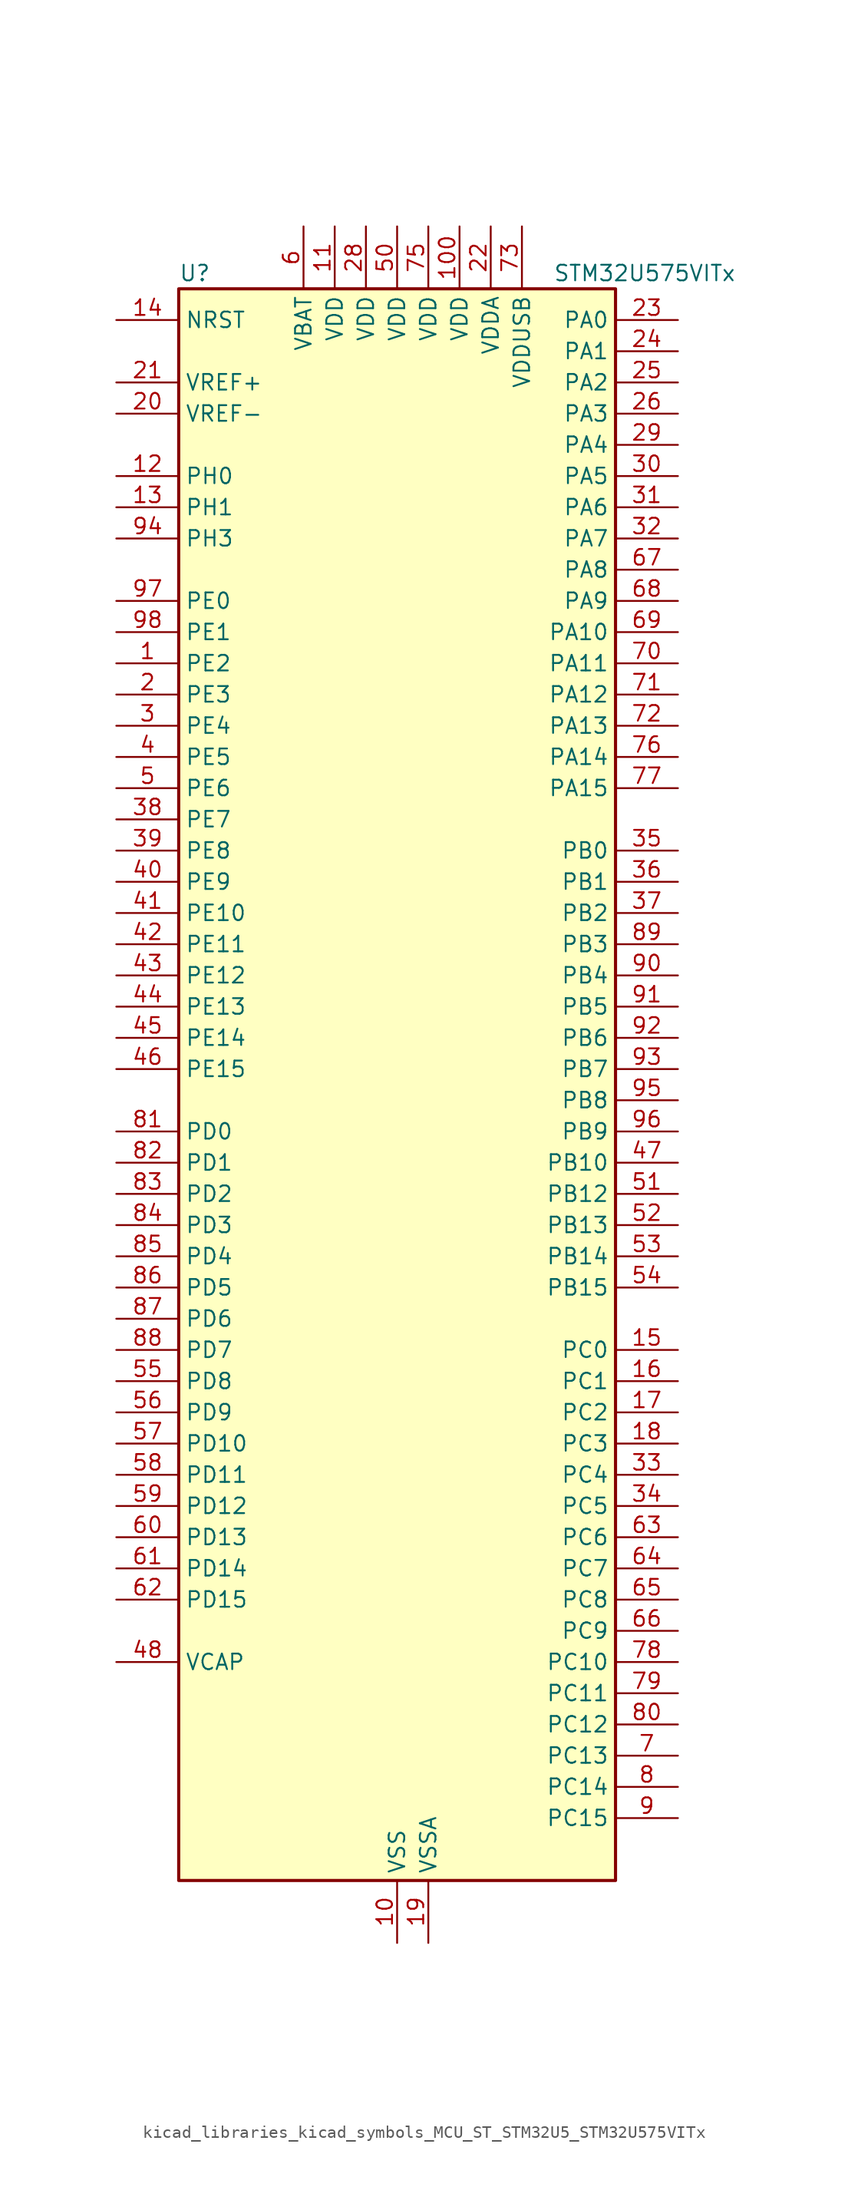
<source format=kicad_sym>
(kicad_symbol_lib
  (version 20220914)
  (generator kicad_symbol_editor)
  (symbol "kicad_libraries_kicad_symbols_MCU_ST_STM32U5_STM32U575VITx"
    (property "Reference" "U"
      (at -17.78 67.31 0)
      (effects (font (size 1.27 1.27)) (justify left)))
    (property "Value" "STM32U575VITx"
      (at 12.7 67.31 0)
      (effects (font (size 1.27 1.27)) (justify left)))
    (property "ki_locked" ""
      (at 0 0 0)
      (effects (font (size 1.27 1.27))))
    (symbol "kicad_libraries_kicad_symbols_MCU_ST_STM32U5_STM32U575VITx_0_1"
      (rectangle (start -17.78 -63.5) (end 17.78 66.04) (stroke (width 0.254) (type default)) (fill (type background))))
    (symbol "kicad_libraries_kicad_symbols_MCU_ST_STM32U5_STM32U575VITx_1_1"
      (pin bidirectional line (at -22.86 35.56 0) (length 5.08) (name "PE2" (effects (font (size 1.27 1.27)))) (number "1" (effects (font (size 1.27 1.27)))) (alternate "DEBUG_TRACECLK" bidirectional line) (alternate "FMC_A23" bidirectional line) (alternate "SAI1_CK1" bidirectional line) (alternate "SAI1_MCLK_A" bidirectional line) (alternate "TIM3_ETR" bidirectional line) (alternate "TSC_G7_IO1" bidirectional line))
      (pin power_in line (at 0 -68.58 90) (length 5.08) (name "VSS" (effects (font (size 1.27 1.27)))) (number "10" (effects (font (size 1.27 1.27)))))
      (pin power_in line (at 5.08 71.12 270) (length 5.08) (name "VDD" (effects (font (size 1.27 1.27)))) (number "100" (effects (font (size 1.27 1.27)))))
      (pin power_in line (at -5.08 71.12 270) (length 5.08) (name "VDD" (effects (font (size 1.27 1.27)))) (number "11" (effects (font (size 1.27 1.27)))))
      (pin bidirectional line (at -22.86 50.8 0) (length 5.08) (name "PH0" (effects (font (size 1.27 1.27)))) (number "12" (effects (font (size 1.27 1.27)))) (alternate "RCC_OSC_IN" bidirectional line))
      (pin bidirectional line (at -22.86 48.26 0) (length 5.08) (name "PH1" (effects (font (size 1.27 1.27)))) (number "13" (effects (font (size 1.27 1.27)))) (alternate "RCC_OSC_OUT" bidirectional line))
      (pin input line (at -22.86 63.5 0) (length 5.08) (name "NRST" (effects (font (size 1.27 1.27)))) (number "14" (effects (font (size 1.27 1.27)))))
      (pin bidirectional line (at 22.86 -20.32 180) (length 5.08) (name "PC0" (effects (font (size 1.27 1.27)))) (number "15" (effects (font (size 1.27 1.27)))) (alternate "ADC1_IN1" bidirectional line) (alternate "ADC4_IN1" bidirectional line) (alternate "I2C3_SCL" bidirectional line) (alternate "LPTIM1_IN1" bidirectional line) (alternate "LPTIM2_IN1" bidirectional line) (alternate "LPUART1_RX" bidirectional line) (alternate "MDF1_SDI4" bidirectional line) (alternate "OCTOSPIM_P1_IO7" bidirectional line) (alternate "SAI2_FS_A" bidirectional line) (alternate "SDMMC1_D5" bidirectional line) (alternate "SPI2_RDY" bidirectional line))
      (pin bidirectional line (at 22.86 -22.86 180) (length 5.08) (name "PC1" (effects (font (size 1.27 1.27)))) (number "16" (effects (font (size 1.27 1.27)))) (alternate "ADC1_IN2" bidirectional line) (alternate "ADC4_IN2" bidirectional line) (alternate "DEBUG_TRACED0" bidirectional line) (alternate "I2C3_SDA" bidirectional line) (alternate "LPTIM1_CH1" bidirectional line) (alternate "LPUART1_TX" bidirectional line) (alternate "MDF1_CKI4" bidirectional line) (alternate "OCTOSPIM_P1_IO4" bidirectional line) (alternate "SAI1_SD_A" bidirectional line) (alternate "SDMMC2_CK" bidirectional line) (alternate "SPI2_MOSI" bidirectional line))
      (pin bidirectional line (at 22.86 -25.4 180) (length 5.08) (name "PC2" (effects (font (size 1.27 1.27)))) (number "17" (effects (font (size 1.27 1.27)))) (alternate "ADC1_IN3" bidirectional line) (alternate "ADC4_IN3" bidirectional line) (alternate "LPTIM1_IN2" bidirectional line) (alternate "MDF1_CCK1" bidirectional line) (alternate "OCTOSPIM_P1_IO5" bidirectional line) (alternate "SPI2_MISO" bidirectional line))
      (pin bidirectional line (at 22.86 -27.94 180) (length 5.08) (name "PC3" (effects (font (size 1.27 1.27)))) (number "18" (effects (font (size 1.27 1.27)))) (alternate "ADC1_IN4" bidirectional line) (alternate "ADC4_IN4" bidirectional line) (alternate "LPTIM1_ETR" bidirectional line) (alternate "LPTIM2_ETR" bidirectional line) (alternate "LPTIM3_CH1" bidirectional line) (alternate "OCTOSPIM_P1_IO6" bidirectional line) (alternate "SAI1_D1" bidirectional line) (alternate "SAI1_SD_A" bidirectional line) (alternate "SPI2_MOSI" bidirectional line))
      (pin power_in line (at 2.54 -68.58 90) (length 5.08) (name "VSSA" (effects (font (size 1.27 1.27)))) (number "19" (effects (font (size 1.27 1.27)))))
      (pin bidirectional line (at -22.86 33.02 0) (length 5.08) (name "PE3" (effects (font (size 1.27 1.27)))) (number "2" (effects (font (size 1.27 1.27)))) (alternate "DEBUG_TRACED0" bidirectional line) (alternate "FMC_A19" bidirectional line) (alternate "OCTOSPIM_P1_DQS" bidirectional line) (alternate "SAI1_SD_B" bidirectional line) (alternate "TAMP_IN6" bidirectional line) (alternate "TAMP_OUT3" bidirectional line) (alternate "TIM3_CH1" bidirectional line) (alternate "TSC_G7_IO2" bidirectional line))
      (pin input line (at -22.86 55.88 0) (length 5.08) (name "VREF-" (effects (font (size 1.27 1.27)))) (number "20" (effects (font (size 1.27 1.27)))))
      (pin input line (at -22.86 58.42 0) (length 5.08) (name "VREF+" (effects (font (size 1.27 1.27)))) (number "21" (effects (font (size 1.27 1.27)))) (alternate "VREFBUF_OUT" bidirectional line))
      (pin power_in line (at 7.62 71.12 270) (length 5.08) (name "VDDA" (effects (font (size 1.27 1.27)))) (number "22" (effects (font (size 1.27 1.27)))))
      (pin bidirectional line (at 22.86 63.5 180) (length 5.08) (name "PA0" (effects (font (size 1.27 1.27)))) (number "23" (effects (font (size 1.27 1.27)))) (alternate "ADC1_IN5" bidirectional line) (alternate "AUDIOCLK" bidirectional line) (alternate "OCTOSPIM_P2_NCS" bidirectional line) (alternate "OPAMP1_VINP" bidirectional line) (alternate "PWR_WKUP1" bidirectional line) (alternate "SDMMC2_CMD" bidirectional line) (alternate "SPI3_RDY" bidirectional line) (alternate "TAMP_IN2" bidirectional line) (alternate "TAMP_OUT1" bidirectional line) (alternate "TIM2_CH1" bidirectional line) (alternate "TIM2_ETR" bidirectional line) (alternate "TIM5_CH1" bidirectional line) (alternate "TIM8_ETR" bidirectional line) (alternate "UART4_TX" bidirectional line) (alternate "USART2_CTS" bidirectional line))
      (pin bidirectional line (at 22.86 60.96 180) (length 5.08) (name "PA1" (effects (font (size 1.27 1.27)))) (number "24" (effects (font (size 1.27 1.27)))) (alternate "ADC1_IN6" bidirectional line) (alternate "I2C1_SMBA" bidirectional line) (alternate "LPTIM1_CH2" bidirectional line) (alternate "OCTOSPIM_P1_DQS" bidirectional line) (alternate "OPAMP1_VINM" bidirectional line) (alternate "PWR_WKUP3" bidirectional line) (alternate "SPI1_SCK" bidirectional line) (alternate "TAMP_IN5" bidirectional line) (alternate "TAMP_OUT4" bidirectional line) (alternate "TIM15_CH1N" bidirectional line) (alternate "TIM2_CH2" bidirectional line) (alternate "TIM5_CH2" bidirectional line) (alternate "UART4_RX" bidirectional line) (alternate "USART2_DE" bidirectional line) (alternate "USART2_RTS" bidirectional line))
      (pin bidirectional line (at 22.86 58.42 180) (length 5.08) (name "PA2" (effects (font (size 1.27 1.27)))) (number "25" (effects (font (size 1.27 1.27)))) (alternate "ADC1_IN7" bidirectional line) (alternate "COMP1_INP" bidirectional line) (alternate "LPUART1_TX" bidirectional line) (alternate "OCTOSPIM_P1_NCS" bidirectional line) (alternate "PWR_WKUP4" bidirectional line) (alternate "RCC_LSCO" bidirectional line) (alternate "SPI1_RDY" bidirectional line) (alternate "TIM15_CH1" bidirectional line) (alternate "TIM2_CH3" bidirectional line) (alternate "TIM5_CH3" bidirectional line) (alternate "UCPD1_FRSTX1" bidirectional line) (alternate "USART2_TX" bidirectional line))
      (pin bidirectional line (at 22.86 55.88 180) (length 5.08) (name "PA3" (effects (font (size 1.27 1.27)))) (number "26" (effects (font (size 1.27 1.27)))) (alternate "ADC1_IN8" bidirectional line) (alternate "LPUART1_RX" bidirectional line) (alternate "OCTOSPIM_P1_CLK" bidirectional line) (alternate "OPAMP1_VOUT" bidirectional line) (alternate "PWR_WKUP5" bidirectional line) (alternate "SAI1_CK1" bidirectional line) (alternate "SAI1_MCLK_A" bidirectional line) (alternate "TIM15_CH2" bidirectional line) (alternate "TIM2_CH4" bidirectional line) (alternate "TIM5_CH4" bidirectional line) (alternate "USART2_RX" bidirectional line))
      (pin passive line (at 0 -68.58 90) (length 5.08) hide (name "VSS" (effects (font (size 1.27 1.27)))) (number "27" (effects (font (size 1.27 1.27)))))
      (pin power_in line (at -2.54 71.12 270) (length 5.08) (name "VDD" (effects (font (size 1.27 1.27)))) (number "28" (effects (font (size 1.27 1.27)))))
      (pin bidirectional line (at 22.86 53.34 180) (length 5.08) (name "PA4" (effects (font (size 1.27 1.27)))) (number "29" (effects (font (size 1.27 1.27)))) (alternate "ADC1_IN9" bidirectional line) (alternate "ADC4_IN9" bidirectional line) (alternate "DAC1_OUT1" bidirectional line) (alternate "DCMI_HSYNC" bidirectional line) (alternate "LPTIM2_CH1" bidirectional line) (alternate "OCTOSPIM_P1_NCS" bidirectional line) (alternate "PSSI_DE" bidirectional line) (alternate "PWR_WKUP2" bidirectional line) (alternate "SAI1_FS_B" bidirectional line) (alternate "SPI1_NSS" bidirectional line) (alternate "SPI3_NSS" bidirectional line) (alternate "USART2_CK" bidirectional line))
      (pin bidirectional line (at -22.86 30.48 0) (length 5.08) (name "PE4" (effects (font (size 1.27 1.27)))) (number "3" (effects (font (size 1.27 1.27)))) (alternate "DCMI_D4" bidirectional line) (alternate "DEBUG_TRACED1" bidirectional line) (alternate "FMC_A20" bidirectional line) (alternate "MDF1_SDI3" bidirectional line) (alternate "PSSI_D4" bidirectional line) (alternate "PWR_WKUP1" bidirectional line) (alternate "SAI1_D2" bidirectional line) (alternate "SAI1_FS_A" bidirectional line) (alternate "TAMP_IN7" bidirectional line) (alternate "TAMP_OUT8" bidirectional line) (alternate "TIM3_CH2" bidirectional line) (alternate "TSC_G7_IO3" bidirectional line))
      (pin bidirectional line (at 22.86 50.8 180) (length 5.08) (name "PA5" (effects (font (size 1.27 1.27)))) (number "30" (effects (font (size 1.27 1.27)))) (alternate "ADC1_IN10" bidirectional line) (alternate "ADC4_IN10" bidirectional line) (alternate "DAC1_OUT2" bidirectional line) (alternate "LPTIM2_ETR" bidirectional line) (alternate "PSSI_D14" bidirectional line) (alternate "PWR_CSLEEP" bidirectional line) (alternate "PWR_WKUP6" bidirectional line) (alternate "SPI1_SCK" bidirectional line) (alternate "TIM2_CH1" bidirectional line) (alternate "TIM2_ETR" bidirectional line) (alternate "TIM8_CH1N" bidirectional line) (alternate "USART3_RX" bidirectional line))
      (pin bidirectional line (at 22.86 48.26 180) (length 5.08) (name "PA6" (effects (font (size 1.27 1.27)))) (number "31" (effects (font (size 1.27 1.27)))) (alternate "ADC1_IN11" bidirectional line) (alternate "ADC4_IN11" bidirectional line) (alternate "DCMI_PIXCLK" bidirectional line) (alternate "LPUART1_CTS" bidirectional line) (alternate "OCTOSPIM_P1_IO3" bidirectional line) (alternate "OPAMP2_VINP" bidirectional line) (alternate "PSSI_PDCK" bidirectional line) (alternate "PWR_CDSTOP" bidirectional line) (alternate "PWR_WKUP7" bidirectional line) (alternate "SPI1_MISO" bidirectional line) (alternate "TIM16_CH1" bidirectional line) (alternate "TIM1_BKIN" bidirectional line) (alternate "TIM3_CH1" bidirectional line) (alternate "TIM8_BKIN" bidirectional line) (alternate "USART3_CTS" bidirectional line))
      (pin bidirectional line (at 22.86 45.72 180) (length 5.08) (name "PA7" (effects (font (size 1.27 1.27)))) (number "32" (effects (font (size 1.27 1.27)))) (alternate "ADC1_IN12" bidirectional line) (alternate "ADC4_IN20" bidirectional line) (alternate "I2C3_SCL" bidirectional line) (alternate "LPTIM2_CH2" bidirectional line) (alternate "OCTOSPIM_P1_IO2" bidirectional line) (alternate "OPAMP2_VINM" bidirectional line) (alternate "PWR_SRDSTOP" bidirectional line) (alternate "PWR_WKUP8" bidirectional line) (alternate "SPI1_MOSI" bidirectional line) (alternate "TIM17_CH1" bidirectional line) (alternate "TIM1_CH1N" bidirectional line) (alternate "TIM3_CH2" bidirectional line) (alternate "TIM8_CH1N" bidirectional line) (alternate "USART3_TX" bidirectional line))
      (pin bidirectional line (at 22.86 -30.48 180) (length 5.08) (name "PC4" (effects (font (size 1.27 1.27)))) (number "33" (effects (font (size 1.27 1.27)))) (alternate "ADC1_IN13" bidirectional line) (alternate "ADC4_IN22" bidirectional line) (alternate "COMP1_INM" bidirectional line) (alternate "OCTOSPIM_P1_IO7" bidirectional line) (alternate "USART3_TX" bidirectional line))
      (pin bidirectional line (at 22.86 -33.02 180) (length 5.08) (name "PC5" (effects (font (size 1.27 1.27)))) (number "34" (effects (font (size 1.27 1.27)))) (alternate "ADC1_IN14" bidirectional line) (alternate "ADC4_IN23" bidirectional line) (alternate "COMP1_INP" bidirectional line) (alternate "PSSI_D15" bidirectional line) (alternate "PWR_WKUP5" bidirectional line) (alternate "SAI1_D3" bidirectional line) (alternate "TAMP_IN4" bidirectional line) (alternate "TAMP_OUT5" bidirectional line) (alternate "TIM1_CH4N" bidirectional line) (alternate "USART3_RX" bidirectional line))
      (pin bidirectional line (at 22.86 20.32 180) (length 5.08) (name "PB0" (effects (font (size 1.27 1.27)))) (number "35" (effects (font (size 1.27 1.27)))) (alternate "ADC1_IN15" bidirectional line) (alternate "ADC4_IN18" bidirectional line) (alternate "AUDIOCLK" bidirectional line) (alternate "COMP1_OUT" bidirectional line) (alternate "LPTIM3_CH1" bidirectional line) (alternate "OCTOSPIM_P1_IO1" bidirectional line) (alternate "OPAMP2_VOUT" bidirectional line) (alternate "SPI1_NSS" bidirectional line) (alternate "TIM1_CH2N" bidirectional line) (alternate "TIM3_CH3" bidirectional line) (alternate "TIM8_CH2N" bidirectional line) (alternate "USART3_CK" bidirectional line))
      (pin bidirectional line (at 22.86 17.78 180) (length 5.08) (name "PB1" (effects (font (size 1.27 1.27)))) (number "36" (effects (font (size 1.27 1.27)))) (alternate "ADC1_IN16" bidirectional line) (alternate "ADC4_IN19" bidirectional line) (alternate "COMP1_INM" bidirectional line) (alternate "LPTIM2_IN1" bidirectional line) (alternate "LPTIM3_CH2" bidirectional line) (alternate "LPUART1_DE" bidirectional line) (alternate "LPUART1_RTS" bidirectional line) (alternate "MDF1_SDI0" bidirectional line) (alternate "OCTOSPIM_P1_IO0" bidirectional line) (alternate "PWR_WKUP4" bidirectional line) (alternate "TIM1_CH3N" bidirectional line) (alternate "TIM3_CH4" bidirectional line) (alternate "TIM8_CH3N" bidirectional line) (alternate "USART3_DE" bidirectional line) (alternate "USART3_RTS" bidirectional line))
      (pin bidirectional line (at 22.86 15.24 180) (length 5.08) (name "PB2" (effects (font (size 1.27 1.27)))) (number "37" (effects (font (size 1.27 1.27)))) (alternate "ADC1_IN17" bidirectional line) (alternate "COMP1_INP" bidirectional line) (alternate "I2C3_SMBA" bidirectional line) (alternate "LPTIM1_CH1" bidirectional line) (alternate "MDF1_CKI0" bidirectional line) (alternate "OCTOSPIM_P1_DQS" bidirectional line) (alternate "PWR_WKUP1" bidirectional line) (alternate "RTC_OUT2" bidirectional line) (alternate "SPI1_RDY" bidirectional line) (alternate "TIM8_CH4N" bidirectional line) (alternate "UCPD1_FRSTX1" bidirectional line))
      (pin bidirectional line (at -22.86 22.86 0) (length 5.08) (name "PE7" (effects (font (size 1.27 1.27)))) (number "38" (effects (font (size 1.27 1.27)))) (alternate "FMC_D4" bidirectional line) (alternate "FMC_DA4" bidirectional line) (alternate "MDF1_SDI2" bidirectional line) (alternate "PWR_WKUP6" bidirectional line) (alternate "SAI1_SD_B" bidirectional line) (alternate "TIM1_ETR" bidirectional line))
      (pin bidirectional line (at -22.86 20.32 0) (length 5.08) (name "PE8" (effects (font (size 1.27 1.27)))) (number "39" (effects (font (size 1.27 1.27)))) (alternate "FMC_D5" bidirectional line) (alternate "FMC_DA5" bidirectional line) (alternate "MDF1_CKI2" bidirectional line) (alternate "PWR_WKUP7" bidirectional line) (alternate "SAI1_SCK_B" bidirectional line) (alternate "TIM1_CH1N" bidirectional line))
      (pin bidirectional line (at -22.86 27.94 0) (length 5.08) (name "PE5" (effects (font (size 1.27 1.27)))) (number "4" (effects (font (size 1.27 1.27)))) (alternate "DCMI_D6" bidirectional line) (alternate "DEBUG_TRACED2" bidirectional line) (alternate "FMC_A21" bidirectional line) (alternate "MDF1_CKI3" bidirectional line) (alternate "PSSI_D6" bidirectional line) (alternate "PWR_WKUP2" bidirectional line) (alternate "SAI1_CK2" bidirectional line) (alternate "SAI1_SCK_A" bidirectional line) (alternate "TAMP_IN8" bidirectional line) (alternate "TAMP_OUT7" bidirectional line) (alternate "TIM3_CH3" bidirectional line) (alternate "TSC_G7_IO4" bidirectional line))
      (pin bidirectional line (at -22.86 17.78 0) (length 5.08) (name "PE9" (effects (font (size 1.27 1.27)))) (number "40" (effects (font (size 1.27 1.27)))) (alternate "ADF1_CCK0" bidirectional line) (alternate "DAC1_EXTI9" bidirectional line) (alternate "FMC_D6" bidirectional line) (alternate "FMC_DA6" bidirectional line) (alternate "MDF1_CCK0" bidirectional line) (alternate "OCTOSPIM_P1_NCLK" bidirectional line) (alternate "SAI1_FS_B" bidirectional line) (alternate "TIM1_CH1" bidirectional line))
      (pin bidirectional line (at -22.86 15.24 0) (length 5.08) (name "PE10" (effects (font (size 1.27 1.27)))) (number "41" (effects (font (size 1.27 1.27)))) (alternate "ADF1_SDI0" bidirectional line) (alternate "FMC_D7" bidirectional line) (alternate "FMC_DA7" bidirectional line) (alternate "MDF1_SDI4" bidirectional line) (alternate "OCTOSPIM_P1_CLK" bidirectional line) (alternate "SAI1_MCLK_B" bidirectional line) (alternate "TIM1_CH2N" bidirectional line) (alternate "TSC_G5_IO1" bidirectional line))
      (pin bidirectional line (at -22.86 12.7 0) (length 5.08) (name "PE11" (effects (font (size 1.27 1.27)))) (number "42" (effects (font (size 1.27 1.27)))) (alternate "ADC1_EXTI11" bidirectional line) (alternate "FMC_D8" bidirectional line) (alternate "FMC_DA8" bidirectional line) (alternate "MDF1_CKI4" bidirectional line) (alternate "OCTOSPIM_P1_NCS" bidirectional line) (alternate "SPI1_RDY" bidirectional line) (alternate "TIM1_CH2" bidirectional line) (alternate "TSC_G5_IO2" bidirectional line))
      (pin bidirectional line (at -22.86 10.16 0) (length 5.08) (name "PE12" (effects (font (size 1.27 1.27)))) (number "43" (effects (font (size 1.27 1.27)))) (alternate "FMC_D9" bidirectional line) (alternate "FMC_DA9" bidirectional line) (alternate "MDF1_SDI5" bidirectional line) (alternate "OCTOSPIM_P1_IO0" bidirectional line) (alternate "SPI1_NSS" bidirectional line) (alternate "TIM1_CH3N" bidirectional line) (alternate "TSC_G5_IO3" bidirectional line))
      (pin bidirectional line (at -22.86 7.62 0) (length 5.08) (name "PE13" (effects (font (size 1.27 1.27)))) (number "44" (effects (font (size 1.27 1.27)))) (alternate "FMC_D10" bidirectional line) (alternate "FMC_DA10" bidirectional line) (alternate "MDF1_CKI5" bidirectional line) (alternate "OCTOSPIM_P1_IO1" bidirectional line) (alternate "SPI1_SCK" bidirectional line) (alternate "TIM1_CH3" bidirectional line) (alternate "TSC_G5_IO4" bidirectional line))
      (pin bidirectional line (at -22.86 5.08 0) (length 5.08) (name "PE14" (effects (font (size 1.27 1.27)))) (number "45" (effects (font (size 1.27 1.27)))) (alternate "FMC_D11" bidirectional line) (alternate "FMC_DA11" bidirectional line) (alternate "OCTOSPIM_P1_IO2" bidirectional line) (alternate "SPI1_MISO" bidirectional line) (alternate "TIM1_BKIN2" bidirectional line) (alternate "TIM1_CH4" bidirectional line))
      (pin bidirectional line (at -22.86 2.54 0) (length 5.08) (name "PE15" (effects (font (size 1.27 1.27)))) (number "46" (effects (font (size 1.27 1.27)))) (alternate "ADC1_EXTI15" bidirectional line) (alternate "ADC4_EXTI15" bidirectional line) (alternate "FMC_D12" bidirectional line) (alternate "FMC_DA12" bidirectional line) (alternate "OCTOSPIM_P1_IO3" bidirectional line) (alternate "SPI1_MOSI" bidirectional line) (alternate "TIM1_BKIN" bidirectional line) (alternate "TIM1_CH4N" bidirectional line))
      (pin bidirectional line (at 22.86 -5.08 180) (length 5.08) (name "PB10" (effects (font (size 1.27 1.27)))) (number "47" (effects (font (size 1.27 1.27)))) (alternate "COMP1_OUT" bidirectional line) (alternate "I2C2_SCL" bidirectional line) (alternate "I2C4_SCL" bidirectional line) (alternate "LPTIM3_CH1" bidirectional line) (alternate "LPUART1_RX" bidirectional line) (alternate "OCTOSPIM_P1_CLK" bidirectional line) (alternate "PWR_WKUP8" bidirectional line) (alternate "SAI1_SCK_A" bidirectional line) (alternate "SPI2_SCK" bidirectional line) (alternate "TIM2_CH3" bidirectional line) (alternate "TSC_SYNC" bidirectional line) (alternate "USART3_TX" bidirectional line))
      (pin power_out line (at -22.86 -45.72 0) (length 5.08) (name "VCAP" (effects (font (size 1.27 1.27)))) (number "48" (effects (font (size 1.27 1.27)))))
      (pin passive line (at 0 -68.58 90) (length 5.08) hide (name "VSS" (effects (font (size 1.27 1.27)))) (number "49" (effects (font (size 1.27 1.27)))))
      (pin bidirectional line (at -22.86 25.4 0) (length 5.08) (name "PE6" (effects (font (size 1.27 1.27)))) (number "5" (effects (font (size 1.27 1.27)))) (alternate "DCMI_D7" bidirectional line) (alternate "DEBUG_TRACED3" bidirectional line) (alternate "FMC_A22" bidirectional line) (alternate "PSSI_D7" bidirectional line) (alternate "PWR_WKUP3" bidirectional line) (alternate "SAI1_D1" bidirectional line) (alternate "SAI1_SD_A" bidirectional line) (alternate "TAMP_IN3" bidirectional line) (alternate "TAMP_OUT6" bidirectional line) (alternate "TIM3_CH4" bidirectional line))
      (pin power_in line (at 0 71.12 270) (length 5.08) (name "VDD" (effects (font (size 1.27 1.27)))) (number "50" (effects (font (size 1.27 1.27)))))
      (pin bidirectional line (at 22.86 -7.62 180) (length 5.08) (name "PB12" (effects (font (size 1.27 1.27)))) (number "51" (effects (font (size 1.27 1.27)))) (alternate "I2C2_SMBA" bidirectional line) (alternate "LPUART1_DE" bidirectional line) (alternate "LPUART1_RTS" bidirectional line) (alternate "MDF1_SDI1" bidirectional line) (alternate "OCTOSPIM_P1_NCLK" bidirectional line) (alternate "SAI2_FS_A" bidirectional line) (alternate "SPI2_NSS" bidirectional line) (alternate "TIM15_BKIN" bidirectional line) (alternate "TIM1_BKIN" bidirectional line) (alternate "TSC_G1_IO1" bidirectional line) (alternate "USART3_CK" bidirectional line))
      (pin bidirectional line (at 22.86 -10.16 180) (length 5.08) (name "PB13" (effects (font (size 1.27 1.27)))) (number "52" (effects (font (size 1.27 1.27)))) (alternate "I2C2_SCL" bidirectional line) (alternate "LPTIM3_IN1" bidirectional line) (alternate "LPUART1_CTS" bidirectional line) (alternate "MDF1_CKI1" bidirectional line) (alternate "SAI2_SCK_A" bidirectional line) (alternate "SPI2_SCK" bidirectional line) (alternate "TIM15_CH1N" bidirectional line) (alternate "TIM1_CH1N" bidirectional line) (alternate "TSC_G1_IO2" bidirectional line) (alternate "USART3_CTS" bidirectional line))
      (pin bidirectional line (at 22.86 -12.7 180) (length 5.08) (name "PB14" (effects (font (size 1.27 1.27)))) (number "53" (effects (font (size 1.27 1.27)))) (alternate "I2C2_SDA" bidirectional line) (alternate "LPTIM3_ETR" bidirectional line) (alternate "MDF1_SDI2" bidirectional line) (alternate "SAI2_MCLK_A" bidirectional line) (alternate "SDMMC2_D0" bidirectional line) (alternate "SPI2_MISO" bidirectional line) (alternate "TIM15_CH1" bidirectional line) (alternate "TIM1_CH2N" bidirectional line) (alternate "TIM8_CH2N" bidirectional line) (alternate "TSC_G1_IO3" bidirectional line) (alternate "UCPD1_DBCC2" bidirectional line) (alternate "USART3_DE" bidirectional line) (alternate "USART3_RTS" bidirectional line))
      (pin bidirectional line (at 22.86 -15.24 180) (length 5.08) (name "PB15" (effects (font (size 1.27 1.27)))) (number "54" (effects (font (size 1.27 1.27)))) (alternate "ADC1_EXTI15" bidirectional line) (alternate "ADC4_EXTI15" bidirectional line) (alternate "FMC_NBL1" bidirectional line) (alternate "LPTIM2_IN2" bidirectional line) (alternate "MDF1_CKI2" bidirectional line) (alternate "PWR_WKUP7" bidirectional line) (alternate "RTC_REFIN" bidirectional line) (alternate "SAI2_SD_A" bidirectional line) (alternate "SDMMC2_D1" bidirectional line) (alternate "SPI2_MOSI" bidirectional line) (alternate "TIM15_CH2" bidirectional line) (alternate "TIM1_CH3N" bidirectional line) (alternate "TIM8_CH3N" bidirectional line) (alternate "UCPD1_CC2" bidirectional line))
      (pin bidirectional line (at -22.86 -22.86 0) (length 5.08) (name "PD8" (effects (font (size 1.27 1.27)))) (number "55" (effects (font (size 1.27 1.27)))) (alternate "DCMI_HSYNC" bidirectional line) (alternate "FMC_D13" bidirectional line) (alternate "FMC_DA13" bidirectional line) (alternate "PSSI_DE" bidirectional line) (alternate "USART3_TX" bidirectional line))
      (pin bidirectional line (at -22.86 -25.4 0) (length 5.08) (name "PD9" (effects (font (size 1.27 1.27)))) (number "56" (effects (font (size 1.27 1.27)))) (alternate "DAC1_EXTI9" bidirectional line) (alternate "DCMI_PIXCLK" bidirectional line) (alternate "FMC_D14" bidirectional line) (alternate "FMC_DA14" bidirectional line) (alternate "LPTIM2_IN2" bidirectional line) (alternate "LPTIM3_IN1" bidirectional line) (alternate "PSSI_PDCK" bidirectional line) (alternate "SAI2_MCLK_A" bidirectional line) (alternate "USART3_RX" bidirectional line))
      (pin bidirectional line (at -22.86 -27.94 0) (length 5.08) (name "PD10" (effects (font (size 1.27 1.27)))) (number "57" (effects (font (size 1.27 1.27)))) (alternate "FMC_D15" bidirectional line) (alternate "FMC_DA15" bidirectional line) (alternate "LPTIM2_CH2" bidirectional line) (alternate "LPTIM3_ETR" bidirectional line) (alternate "SAI2_SCK_A" bidirectional line) (alternate "TSC_G6_IO1" bidirectional line) (alternate "USART3_CK" bidirectional line))
      (pin bidirectional line (at -22.86 -30.48 0) (length 5.08) (name "PD11" (effects (font (size 1.27 1.27)))) (number "58" (effects (font (size 1.27 1.27)))) (alternate "ADC1_EXTI11" bidirectional line) (alternate "ADC4_IN15" bidirectional line) (alternate "FMC_A16" bidirectional line) (alternate "FMC_CLE" bidirectional line) (alternate "I2C4_SMBA" bidirectional line) (alternate "LPTIM2_ETR" bidirectional line) (alternate "SAI2_SD_A" bidirectional line) (alternate "TSC_G6_IO2" bidirectional line) (alternate "USART3_CTS" bidirectional line))
      (pin bidirectional line (at -22.86 -33.02 0) (length 5.08) (name "PD12" (effects (font (size 1.27 1.27)))) (number "59" (effects (font (size 1.27 1.27)))) (alternate "ADC4_IN16" bidirectional line) (alternate "FMC_A17" bidirectional line) (alternate "FMC_ALE" bidirectional line) (alternate "I2C4_SCL" bidirectional line) (alternate "LPTIM2_IN1" bidirectional line) (alternate "SAI2_FS_A" bidirectional line) (alternate "TIM4_CH1" bidirectional line) (alternate "TSC_G6_IO3" bidirectional line) (alternate "USART3_DE" bidirectional line) (alternate "USART3_RTS" bidirectional line))
      (pin power_in line (at -7.62 71.12 270) (length 5.08) (name "VBAT" (effects (font (size 1.27 1.27)))) (number "6" (effects (font (size 1.27 1.27)))))
      (pin bidirectional line (at -22.86 -35.56 0) (length 5.08) (name "PD13" (effects (font (size 1.27 1.27)))) (number "60" (effects (font (size 1.27 1.27)))) (alternate "ADC4_IN17" bidirectional line) (alternate "FMC_A18" bidirectional line) (alternate "I2C4_SDA" bidirectional line) (alternate "LPTIM2_CH1" bidirectional line) (alternate "LPTIM4_IN1" bidirectional line) (alternate "TIM4_CH2" bidirectional line) (alternate "TSC_G6_IO4" bidirectional line))
      (pin bidirectional line (at -22.86 -38.1 0) (length 5.08) (name "PD14" (effects (font (size 1.27 1.27)))) (number "61" (effects (font (size 1.27 1.27)))) (alternate "FMC_D0" bidirectional line) (alternate "FMC_DA0" bidirectional line) (alternate "LPTIM3_CH1" bidirectional line) (alternate "TIM4_CH3" bidirectional line))
      (pin bidirectional line (at -22.86 -40.64 0) (length 5.08) (name "PD15" (effects (font (size 1.27 1.27)))) (number "62" (effects (font (size 1.27 1.27)))) (alternate "ADC1_EXTI15" bidirectional line) (alternate "ADC4_EXTI15" bidirectional line) (alternate "FMC_D1" bidirectional line) (alternate "FMC_DA1" bidirectional line) (alternate "LPTIM3_CH2" bidirectional line) (alternate "TIM4_CH4" bidirectional line))
      (pin bidirectional line (at 22.86 -35.56 180) (length 5.08) (name "PC6" (effects (font (size 1.27 1.27)))) (number "63" (effects (font (size 1.27 1.27)))) (alternate "DCMI_D0" bidirectional line) (alternate "MDF1_CKI3" bidirectional line) (alternate "PSSI_D0" bidirectional line) (alternate "PWR_CSLEEP" bidirectional line) (alternate "SAI2_MCLK_A" bidirectional line) (alternate "SDMMC1_D0DIR" bidirectional line) (alternate "SDMMC1_D6" bidirectional line) (alternate "SDMMC2_D6" bidirectional line) (alternate "TIM3_CH1" bidirectional line) (alternate "TIM8_CH1" bidirectional line) (alternate "TSC_G4_IO1" bidirectional line))
      (pin bidirectional line (at 22.86 -38.1 180) (length 5.08) (name "PC7" (effects (font (size 1.27 1.27)))) (number "64" (effects (font (size 1.27 1.27)))) (alternate "DCMI_D1" bidirectional line) (alternate "LPTIM2_CH2" bidirectional line) (alternate "MDF1_SDI3" bidirectional line) (alternate "PSSI_D1" bidirectional line) (alternate "PWR_CDSTOP" bidirectional line) (alternate "SAI2_MCLK_B" bidirectional line) (alternate "SDMMC1_D123DIR" bidirectional line) (alternate "SDMMC1_D7" bidirectional line) (alternate "SDMMC2_D7" bidirectional line) (alternate "TIM3_CH2" bidirectional line) (alternate "TIM8_CH2" bidirectional line) (alternate "TSC_G4_IO2" bidirectional line))
      (pin bidirectional line (at 22.86 -40.64 180) (length 5.08) (name "PC8" (effects (font (size 1.27 1.27)))) (number "65" (effects (font (size 1.27 1.27)))) (alternate "DCMI_D2" bidirectional line) (alternate "LPTIM3_CH1" bidirectional line) (alternate "PSSI_D2" bidirectional line) (alternate "PWR_SRDSTOP" bidirectional line) (alternate "SDMMC1_D0" bidirectional line) (alternate "TIM3_CH3" bidirectional line) (alternate "TIM8_CH3" bidirectional line) (alternate "TSC_G4_IO3" bidirectional line))
      (pin bidirectional line (at 22.86 -43.18 180) (length 5.08) (name "PC9" (effects (font (size 1.27 1.27)))) (number "66" (effects (font (size 1.27 1.27)))) (alternate "DAC1_EXTI9" bidirectional line) (alternate "DCMI_D3" bidirectional line) (alternate "DEBUG_TRACED0" bidirectional line) (alternate "LPTIM3_CH2" bidirectional line) (alternate "PSSI_D3" bidirectional line) (alternate "SDMMC1_D1" bidirectional line) (alternate "TIM3_CH4" bidirectional line) (alternate "TIM8_BKIN2" bidirectional line) (alternate "TIM8_CH4" bidirectional line) (alternate "TSC_G4_IO4" bidirectional line) (alternate "USB_OTG_FS_NOE" bidirectional line))
      (pin bidirectional line (at 22.86 43.18 180) (length 5.08) (name "PA8" (effects (font (size 1.27 1.27)))) (number "67" (effects (font (size 1.27 1.27)))) (alternate "DEBUG_TRACECLK" bidirectional line) (alternate "LPTIM2_CH1" bidirectional line) (alternate "RCC_MCO" bidirectional line) (alternate "SAI1_CK2" bidirectional line) (alternate "SAI1_SCK_A" bidirectional line) (alternate "SPI1_RDY" bidirectional line) (alternate "TIM1_CH1" bidirectional line) (alternate "USART1_CK" bidirectional line) (alternate "USB_OTG_FS_SOF" bidirectional line))
      (pin bidirectional line (at 22.86 40.64 180) (length 5.08) (name "PA9" (effects (font (size 1.27 1.27)))) (number "68" (effects (font (size 1.27 1.27)))) (alternate "DAC1_EXTI9" bidirectional line) (alternate "DCMI_D0" bidirectional line) (alternate "PSSI_D0" bidirectional line) (alternate "SAI1_FS_A" bidirectional line) (alternate "SPI2_SCK" bidirectional line) (alternate "TIM15_BKIN" bidirectional line) (alternate "TIM1_CH2" bidirectional line) (alternate "USART1_TX" bidirectional line) (alternate "USB_OTG_FS_VBUS" bidirectional line))
      (pin bidirectional line (at 22.86 38.1 180) (length 5.08) (name "PA10" (effects (font (size 1.27 1.27)))) (number "69" (effects (font (size 1.27 1.27)))) (alternate "CRS_SYNC" bidirectional line) (alternate "DCMI_D1" bidirectional line) (alternate "LPTIM2_IN2" bidirectional line) (alternate "PSSI_D1" bidirectional line) (alternate "SAI1_D1" bidirectional line) (alternate "SAI1_SD_A" bidirectional line) (alternate "TIM17_BKIN" bidirectional line) (alternate "TIM1_CH3" bidirectional line) (alternate "USART1_RX" bidirectional line) (alternate "USB_OTG_FS_ID" bidirectional line))
      (pin bidirectional line (at 22.86 -53.34 180) (length 5.08) (name "PC13" (effects (font (size 1.27 1.27)))) (number "7" (effects (font (size 1.27 1.27)))) (alternate "PWR_WKUP2" bidirectional line) (alternate "RTC_OUT1" bidirectional line) (alternate "RTC_TS" bidirectional line) (alternate "TAMP_IN1" bidirectional line) (alternate "TAMP_OUT2" bidirectional line))
      (pin bidirectional line (at 22.86 35.56 180) (length 5.08) (name "PA11" (effects (font (size 1.27 1.27)))) (number "70" (effects (font (size 1.27 1.27)))) (alternate "ADC1_EXTI11" bidirectional line) (alternate "FDCAN1_RX" bidirectional line) (alternate "SPI1_MISO" bidirectional line) (alternate "TIM1_BKIN2" bidirectional line) (alternate "TIM1_CH4" bidirectional line) (alternate "USART1_CTS" bidirectional line) (alternate "USB_OTG_FS_DM" bidirectional line))
      (pin bidirectional line (at 22.86 33.02 180) (length 5.08) (name "PA12" (effects (font (size 1.27 1.27)))) (number "71" (effects (font (size 1.27 1.27)))) (alternate "FDCAN1_TX" bidirectional line) (alternate "OCTOSPIM_P2_NCS" bidirectional line) (alternate "SPI1_MOSI" bidirectional line) (alternate "TIM1_ETR" bidirectional line) (alternate "USART1_DE" bidirectional line) (alternate "USART1_RTS" bidirectional line) (alternate "USB_OTG_FS_DP" bidirectional line))
      (pin bidirectional line (at 22.86 30.48 180) (length 5.08) (name "PA13" (effects (font (size 1.27 1.27)))) (number "72" (effects (font (size 1.27 1.27)))) (alternate "DEBUG_JTMS-SWDIO" bidirectional line) (alternate "IR_OUT" bidirectional line) (alternate "SAI1_SD_B" bidirectional line) (alternate "USB_OTG_FS_NOE" bidirectional line))
      (pin power_in line (at 10.16 71.12 270) (length 5.08) (name "VDDUSB" (effects (font (size 1.27 1.27)))) (number "73" (effects (font (size 1.27 1.27)))))
      (pin passive line (at 0 -68.58 90) (length 5.08) hide (name "VSS" (effects (font (size 1.27 1.27)))) (number "74" (effects (font (size 1.27 1.27)))))
      (pin power_in line (at 2.54 71.12 270) (length 5.08) (name "VDD" (effects (font (size 1.27 1.27)))) (number "75" (effects (font (size 1.27 1.27)))))
      (pin bidirectional line (at 22.86 27.94 180) (length 5.08) (name "PA14" (effects (font (size 1.27 1.27)))) (number "76" (effects (font (size 1.27 1.27)))) (alternate "DEBUG_JTCK-SWCLK" bidirectional line) (alternate "I2C1_SMBA" bidirectional line) (alternate "I2C4_SMBA" bidirectional line) (alternate "LPTIM1_CH1" bidirectional line) (alternate "SAI1_FS_B" bidirectional line) (alternate "USB_OTG_FS_SOF" bidirectional line))
      (pin bidirectional line (at 22.86 25.4 180) (length 5.08) (name "PA15" (effects (font (size 1.27 1.27)))) (number "77" (effects (font (size 1.27 1.27)))) (alternate "ADC1_EXTI15" bidirectional line) (alternate "ADC4_EXTI15" bidirectional line) (alternate "DEBUG_JTDI" bidirectional line) (alternate "SAI2_FS_B" bidirectional line) (alternate "SPI1_NSS" bidirectional line) (alternate "SPI3_NSS" bidirectional line) (alternate "TIM2_CH1" bidirectional line) (alternate "TIM2_ETR" bidirectional line) (alternate "UART4_DE" bidirectional line) (alternate "UART4_RTS" bidirectional line) (alternate "UCPD1_CC1" bidirectional line) (alternate "USART2_RX" bidirectional line) (alternate "USART3_DE" bidirectional line) (alternate "USART3_RTS" bidirectional line))
      (pin bidirectional line (at 22.86 -45.72 180) (length 5.08) (name "PC10" (effects (font (size 1.27 1.27)))) (number "78" (effects (font (size 1.27 1.27)))) (alternate "ADF1_CCK1" bidirectional line) (alternate "DCMI_D8" bidirectional line) (alternate "DEBUG_TRACED1" bidirectional line) (alternate "LPTIM3_ETR" bidirectional line) (alternate "PSSI_D8" bidirectional line) (alternate "SAI2_SCK_B" bidirectional line) (alternate "SDMMC1_D2" bidirectional line) (alternate "SPI3_SCK" bidirectional line) (alternate "TSC_G3_IO2" bidirectional line) (alternate "UART4_TX" bidirectional line) (alternate "USART3_TX" bidirectional line))
      (pin bidirectional line (at 22.86 -48.26 180) (length 5.08) (name "PC11" (effects (font (size 1.27 1.27)))) (number "79" (effects (font (size 1.27 1.27)))) (alternate "ADC1_EXTI11" bidirectional line) (alternate "ADF1_SDI0" bidirectional line) (alternate "DCMI_D2" bidirectional line) (alternate "DCMI_D4" bidirectional line) (alternate "LPTIM3_IN1" bidirectional line) (alternate "OCTOSPIM_P1_NCS" bidirectional line) (alternate "PSSI_D2" bidirectional line) (alternate "PSSI_D4" bidirectional line) (alternate "SAI2_MCLK_B" bidirectional line) (alternate "SDMMC1_D3" bidirectional line) (alternate "SPI3_MISO" bidirectional line) (alternate "TSC_G3_IO3" bidirectional line) (alternate "UART4_RX" bidirectional line) (alternate "UCPD1_FRSTX2" bidirectional line) (alternate "USART3_RX" bidirectional line))
      (pin bidirectional line (at 22.86 -55.88 180) (length 5.08) (name "PC14" (effects (font (size 1.27 1.27)))) (number "8" (effects (font (size 1.27 1.27)))) (alternate "RCC_OSC32_IN" bidirectional line))
      (pin bidirectional line (at 22.86 -50.8 180) (length 5.08) (name "PC12" (effects (font (size 1.27 1.27)))) (number "80" (effects (font (size 1.27 1.27)))) (alternate "DCMI_D9" bidirectional line) (alternate "DEBUG_TRACED3" bidirectional line) (alternate "PSSI_D9" bidirectional line) (alternate "SAI2_SD_B" bidirectional line) (alternate "SDMMC1_CK" bidirectional line) (alternate "SPI3_MOSI" bidirectional line) (alternate "TSC_G3_IO4" bidirectional line) (alternate "UART5_TX" bidirectional line) (alternate "USART3_CK" bidirectional line))
      (pin bidirectional line (at -22.86 -2.54 0) (length 5.08) (name "PD0" (effects (font (size 1.27 1.27)))) (number "81" (effects (font (size 1.27 1.27)))) (alternate "FDCAN1_RX" bidirectional line) (alternate "FMC_D2" bidirectional line) (alternate "FMC_DA2" bidirectional line) (alternate "SPI2_NSS" bidirectional line) (alternate "TIM8_CH4N" bidirectional line))
      (pin bidirectional line (at -22.86 -5.08 0) (length 5.08) (name "PD1" (effects (font (size 1.27 1.27)))) (number "82" (effects (font (size 1.27 1.27)))) (alternate "FDCAN1_TX" bidirectional line) (alternate "FMC_D3" bidirectional line) (alternate "FMC_DA3" bidirectional line) (alternate "SPI2_SCK" bidirectional line))
      (pin bidirectional line (at -22.86 -7.62 0) (length 5.08) (name "PD2" (effects (font (size 1.27 1.27)))) (number "83" (effects (font (size 1.27 1.27)))) (alternate "DCMI_D11" bidirectional line) (alternate "DEBUG_TRACED2" bidirectional line) (alternate "LPTIM4_ETR" bidirectional line) (alternate "PSSI_D11" bidirectional line) (alternate "SDMMC1_CMD" bidirectional line) (alternate "TIM3_ETR" bidirectional line) (alternate "TSC_SYNC" bidirectional line) (alternate "UART5_RX" bidirectional line) (alternate "USART3_DE" bidirectional line) (alternate "USART3_RTS" bidirectional line))
      (pin bidirectional line (at -22.86 -10.16 0) (length 5.08) (name "PD3" (effects (font (size 1.27 1.27)))) (number "84" (effects (font (size 1.27 1.27)))) (alternate "DCMI_D5" bidirectional line) (alternate "FMC_CLK" bidirectional line) (alternate "MDF1_SDI0" bidirectional line) (alternate "OCTOSPIM_P2_NCS" bidirectional line) (alternate "PSSI_D5" bidirectional line) (alternate "SPI2_MISO" bidirectional line) (alternate "SPI2_SCK" bidirectional line) (alternate "USART2_CTS" bidirectional line))
      (pin bidirectional line (at -22.86 -12.7 0) (length 5.08) (name "PD4" (effects (font (size 1.27 1.27)))) (number "85" (effects (font (size 1.27 1.27)))) (alternate "FMC_NOE" bidirectional line) (alternate "MDF1_CKI0" bidirectional line) (alternate "OCTOSPIM_P1_IO4" bidirectional line) (alternate "SPI2_MOSI" bidirectional line) (alternate "USART2_DE" bidirectional line) (alternate "USART2_RTS" bidirectional line))
      (pin bidirectional line (at -22.86 -15.24 0) (length 5.08) (name "PD5" (effects (font (size 1.27 1.27)))) (number "86" (effects (font (size 1.27 1.27)))) (alternate "FMC_NWE" bidirectional line) (alternate "OCTOSPIM_P1_IO5" bidirectional line) (alternate "SPI2_RDY" bidirectional line) (alternate "USART2_TX" bidirectional line))
      (pin bidirectional line (at -22.86 -17.78 0) (length 5.08) (name "PD6" (effects (font (size 1.27 1.27)))) (number "87" (effects (font (size 1.27 1.27)))) (alternate "DCMI_D10" bidirectional line) (alternate "FMC_NWAIT" bidirectional line) (alternate "MDF1_SDI1" bidirectional line) (alternate "OCTOSPIM_P1_IO6" bidirectional line) (alternate "PSSI_D10" bidirectional line) (alternate "SAI1_D1" bidirectional line) (alternate "SAI1_SD_A" bidirectional line) (alternate "SDMMC2_CK" bidirectional line) (alternate "SPI3_MOSI" bidirectional line) (alternate "USART2_RX" bidirectional line))
      (pin bidirectional line (at -22.86 -20.32 0) (length 5.08) (name "PD7" (effects (font (size 1.27 1.27)))) (number "88" (effects (font (size 1.27 1.27)))) (alternate "FMC_NCE" bidirectional line) (alternate "FMC_NE1" bidirectional line) (alternate "LPTIM4_OUT" bidirectional line) (alternate "MDF1_CKI1" bidirectional line) (alternate "OCTOSPIM_P1_IO7" bidirectional line) (alternate "SDMMC2_CMD" bidirectional line) (alternate "USART2_CK" bidirectional line))
      (pin bidirectional line (at 22.86 12.7 180) (length 5.08) (name "PB3" (effects (font (size 1.27 1.27)))) (number "89" (effects (font (size 1.27 1.27)))) (alternate "ADF1_CCK0" bidirectional line) (alternate "COMP2_INM" bidirectional line) (alternate "CRS_SYNC" bidirectional line) (alternate "DEBUG_JTDO-SWO" bidirectional line) (alternate "I2C1_SDA" bidirectional line) (alternate "LPTIM1_CH1" bidirectional line) (alternate "SAI1_SCK_B" bidirectional line) (alternate "SDMMC2_D2" bidirectional line) (alternate "SPI1_SCK" bidirectional line) (alternate "SPI3_SCK" bidirectional line) (alternate "TIM2_CH2" bidirectional line) (alternate "USART1_DE" bidirectional line) (alternate "USART1_RTS" bidirectional line))
      (pin bidirectional line (at 22.86 -58.42 180) (length 5.08) (name "PC15" (effects (font (size 1.27 1.27)))) (number "9" (effects (font (size 1.27 1.27)))) (alternate "ADC1_EXTI15" bidirectional line) (alternate "ADC4_EXTI15" bidirectional line) (alternate "RCC_OSC32_OUT" bidirectional line))
      (pin bidirectional line (at 22.86 10.16 180) (length 5.08) (name "PB4" (effects (font (size 1.27 1.27)))) (number "90" (effects (font (size 1.27 1.27)))) (alternate "ADF1_SDI0" bidirectional line) (alternate "COMP2_INP" bidirectional line) (alternate "DCMI_D12" bidirectional line) (alternate "DEBUG_JTRST" bidirectional line) (alternate "I2C3_SDA" bidirectional line) (alternate "LPTIM1_CH2" bidirectional line) (alternate "PSSI_D12" bidirectional line) (alternate "SAI1_MCLK_B" bidirectional line) (alternate "SDMMC2_D3" bidirectional line) (alternate "SPI1_MISO" bidirectional line) (alternate "SPI3_MISO" bidirectional line) (alternate "TIM17_BKIN" bidirectional line) (alternate "TIM3_CH1" bidirectional line) (alternate "TSC_G2_IO1" bidirectional line) (alternate "UART5_DE" bidirectional line) (alternate "UART5_RTS" bidirectional line) (alternate "USART1_CTS" bidirectional line))
      (pin bidirectional line (at 22.86 7.62 180) (length 5.08) (name "PB5" (effects (font (size 1.27 1.27)))) (number "91" (effects (font (size 1.27 1.27)))) (alternate "COMP2_OUT" bidirectional line) (alternate "DCMI_D10" bidirectional line) (alternate "I2C1_SMBA" bidirectional line) (alternate "LPTIM1_IN1" bidirectional line) (alternate "OCTOSPIM_P1_NCLK" bidirectional line) (alternate "PSSI_D10" bidirectional line) (alternate "PWR_WKUP6" bidirectional line) (alternate "SAI1_SD_B" bidirectional line) (alternate "SPI1_MOSI" bidirectional line) (alternate "SPI3_MOSI" bidirectional line) (alternate "TIM16_BKIN" bidirectional line) (alternate "TIM3_CH2" bidirectional line) (alternate "TSC_G2_IO2" bidirectional line) (alternate "UART5_CTS" bidirectional line) (alternate "UCPD1_DBCC1" bidirectional line) (alternate "USART1_CK" bidirectional line))
      (pin bidirectional line (at 22.86 5.08 180) (length 5.08) (name "PB6" (effects (font (size 1.27 1.27)))) (number "92" (effects (font (size 1.27 1.27)))) (alternate "COMP2_INP" bidirectional line) (alternate "DCMI_D5" bidirectional line) (alternate "I2C1_SCL" bidirectional line) (alternate "I2C4_SCL" bidirectional line) (alternate "LPTIM1_ETR" bidirectional line) (alternate "MDF1_SDI5" bidirectional line) (alternate "PSSI_D5" bidirectional line) (alternate "PWR_WKUP3" bidirectional line) (alternate "SAI1_FS_B" bidirectional line) (alternate "TIM16_CH1N" bidirectional line) (alternate "TIM4_CH1" bidirectional line) (alternate "TIM8_BKIN2" bidirectional line) (alternate "TSC_G2_IO3" bidirectional line) (alternate "USART1_TX" bidirectional line))
      (pin bidirectional line (at 22.86 2.54 180) (length 5.08) (name "PB7" (effects (font (size 1.27 1.27)))) (number "93" (effects (font (size 1.27 1.27)))) (alternate "COMP2_INM" bidirectional line) (alternate "DCMI_VSYNC" bidirectional line) (alternate "FMC_NL" bidirectional line) (alternate "I2C1_SDA" bidirectional line) (alternate "I2C4_SDA" bidirectional line) (alternate "LPTIM1_IN2" bidirectional line) (alternate "MDF1_CKI5" bidirectional line) (alternate "PSSI_RDY" bidirectional line) (alternate "PWR_PVD_IN" bidirectional line) (alternate "PWR_WKUP4" bidirectional line) (alternate "TIM17_CH1N" bidirectional line) (alternate "TIM4_CH2" bidirectional line) (alternate "TIM8_BKIN" bidirectional line) (alternate "TSC_G2_IO4" bidirectional line) (alternate "UART4_CTS" bidirectional line) (alternate "USART1_RX" bidirectional line))
      (pin bidirectional line (at -22.86 45.72 0) (length 5.08) (name "PH3" (effects (font (size 1.27 1.27)))) (number "94" (effects (font (size 1.27 1.27)))))
      (pin bidirectional line (at 22.86 0 180) (length 5.08) (name "PB8" (effects (font (size 1.27 1.27)))) (number "95" (effects (font (size 1.27 1.27)))) (alternate "DCMI_D6" bidirectional line) (alternate "FDCAN1_RX" bidirectional line) (alternate "I2C1_SCL" bidirectional line) (alternate "MDF1_CCK0" bidirectional line) (alternate "PSSI_D6" bidirectional line) (alternate "PWR_WKUP5" bidirectional line) (alternate "SAI1_CK1" bidirectional line) (alternate "SAI1_MCLK_A" bidirectional line) (alternate "SDMMC1_CKIN" bidirectional line) (alternate "SDMMC1_D4" bidirectional line) (alternate "SDMMC2_D4" bidirectional line) (alternate "SPI3_RDY" bidirectional line) (alternate "TIM16_CH1" bidirectional line) (alternate "TIM4_CH3" bidirectional line))
      (pin bidirectional line (at 22.86 -2.54 180) (length 5.08) (name "PB9" (effects (font (size 1.27 1.27)))) (number "96" (effects (font (size 1.27 1.27)))) (alternate "DAC1_EXTI9" bidirectional line) (alternate "DCMI_D7" bidirectional line) (alternate "FDCAN1_TX" bidirectional line) (alternate "I2C1_SDA" bidirectional line) (alternate "IR_OUT" bidirectional line) (alternate "PSSI_D7" bidirectional line) (alternate "SAI1_D2" bidirectional line) (alternate "SAI1_FS_A" bidirectional line) (alternate "SDMMC1_CDIR" bidirectional line) (alternate "SDMMC1_D5" bidirectional line) (alternate "SDMMC2_D5" bidirectional line) (alternate "SPI2_NSS" bidirectional line) (alternate "TIM17_CH1" bidirectional line) (alternate "TIM4_CH4" bidirectional line))
      (pin bidirectional line (at -22.86 40.64 0) (length 5.08) (name "PE0" (effects (font (size 1.27 1.27)))) (number "97" (effects (font (size 1.27 1.27)))) (alternate "DCMI_D2" bidirectional line) (alternate "FMC_NBL0" bidirectional line) (alternate "PSSI_D2" bidirectional line) (alternate "TIM16_CH1" bidirectional line) (alternate "TIM4_ETR" bidirectional line))
      (pin bidirectional line (at -22.86 38.1 0) (length 5.08) (name "PE1" (effects (font (size 1.27 1.27)))) (number "98" (effects (font (size 1.27 1.27)))) (alternate "DCMI_D3" bidirectional line) (alternate "FMC_NBL1" bidirectional line) (alternate "PSSI_D3" bidirectional line) (alternate "TIM17_CH1" bidirectional line))
      (pin passive line (at 0 -68.58 90) (length 5.08) hide (name "VSS" (effects (font (size 1.27 1.27)))) (number "99" (effects (font (size 1.27 1.27))))))))
</source>
